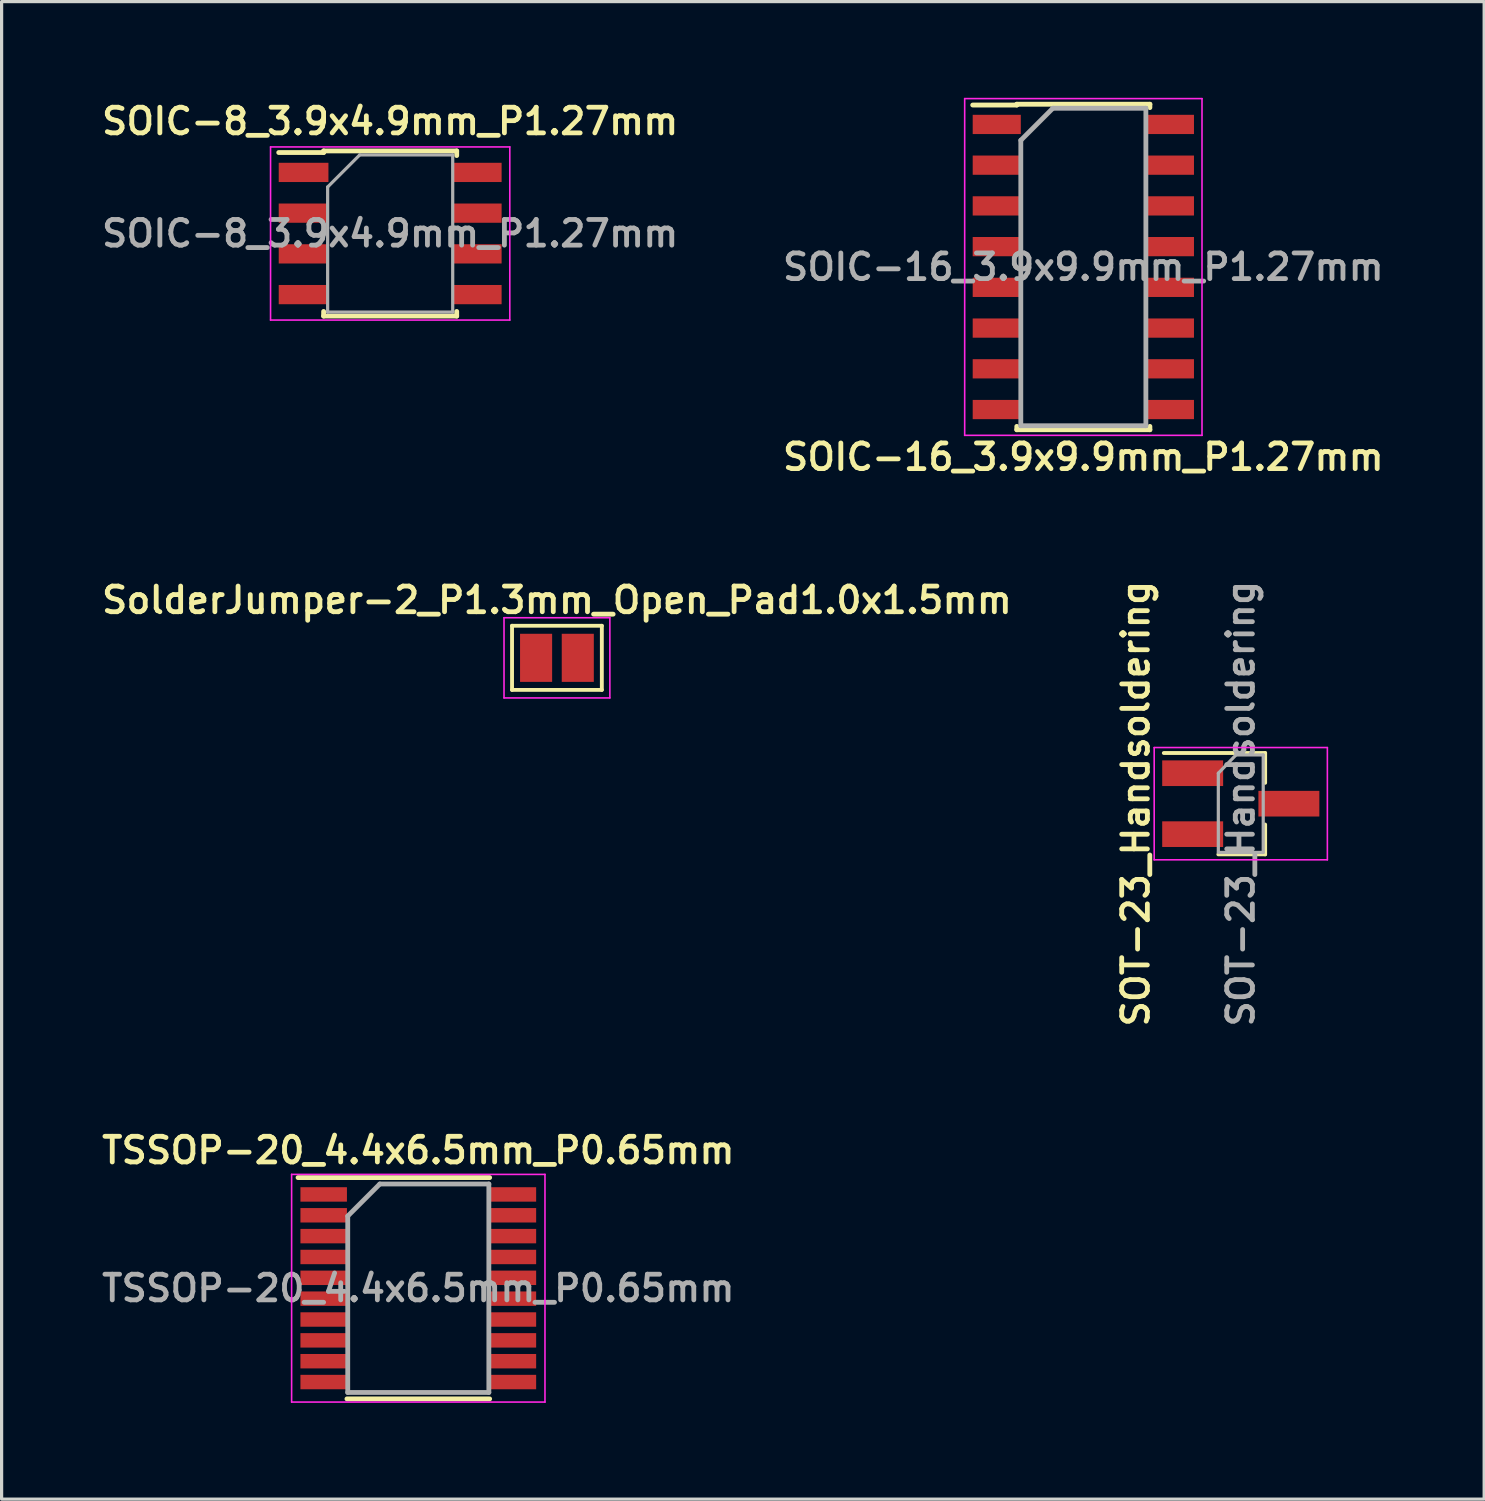
<source format=kicad_pcb>
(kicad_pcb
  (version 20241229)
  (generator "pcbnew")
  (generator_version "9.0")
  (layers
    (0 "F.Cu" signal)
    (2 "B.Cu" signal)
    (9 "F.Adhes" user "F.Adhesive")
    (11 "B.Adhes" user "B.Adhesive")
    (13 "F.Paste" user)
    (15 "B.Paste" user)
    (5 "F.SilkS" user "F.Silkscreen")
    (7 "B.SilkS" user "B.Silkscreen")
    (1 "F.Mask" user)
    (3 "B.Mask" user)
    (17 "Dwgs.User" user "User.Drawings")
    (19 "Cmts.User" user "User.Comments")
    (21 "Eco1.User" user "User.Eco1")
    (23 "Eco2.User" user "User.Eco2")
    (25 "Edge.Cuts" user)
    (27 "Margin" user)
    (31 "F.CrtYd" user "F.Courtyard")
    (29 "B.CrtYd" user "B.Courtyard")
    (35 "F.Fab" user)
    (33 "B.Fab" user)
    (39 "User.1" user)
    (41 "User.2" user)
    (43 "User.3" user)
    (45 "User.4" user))
  (footprint "SOIC-8_3.9x4.9mm_P1.27mm"
    (layer "F.Cu")
    (at 9.116 4.231)
    (property "Reference" "SOIC-8_3.9x4.9mm_P1.27mm" (at 0 -3.5 0) (layer "F.SilkS") (effects (font (size 0.8 0.8) (thickness 0.15))))
    (attr smd)
    (fp_line (start -2.075 -2.575) (end -2.075 -2.525) (stroke (width 0.15) (type solid)) (layer "F.SilkS"))
    (fp_line (start -2.075 -2.575) (end 2.075 -2.575) (stroke (width 0.15) (type solid)) (layer "F.SilkS"))
    (fp_line (start -2.075 -2.525) (end -3.475 -2.525) (stroke (width 0.15) (type solid)) (layer "F.SilkS"))
    (fp_line (start -2.075 2.575) (end -2.075 2.43) (stroke (width 0.15) (type solid)) (layer "F.SilkS"))
    (fp_line (start -2.075 2.575) (end 2.075 2.575) (stroke (width 0.15) (type solid)) (layer "F.SilkS"))
    (fp_line (start 2.075 -2.575) (end 2.075 -2.43) (stroke (width 0.15) (type solid)) (layer "F.SilkS"))
    (fp_line (start 2.075 2.575) (end 2.075 2.43) (stroke (width 0.15) (type solid)) (layer "F.SilkS"))
    (fp_line (start -3.73 -2.7) (end -3.73 2.7) (stroke (width 0.05) (type solid)) (layer "F.CrtYd"))
    (fp_line (start -3.73 -2.7) (end 3.73 -2.7) (stroke (width 0.05) (type solid)) (layer "F.CrtYd"))
    (fp_line (start -3.73 2.7) (end 3.73 2.7) (stroke (width 0.05) (type solid)) (layer "F.CrtYd"))
    (fp_line (start 3.73 -2.7) (end 3.73 2.7) (stroke (width 0.05) (type solid)) (layer "F.CrtYd"))
    (fp_line (start -1.95 -1.45) (end -0.95 -2.45) (stroke (width 0.1) (type solid)) (layer "F.Fab"))
    (fp_line (start -1.95 2.45) (end -1.95 -1.45) (stroke (width 0.1) (type solid)) (layer "F.Fab"))
    (fp_line (start -0.95 -2.45) (end 1.95 -2.45) (stroke (width 0.1) (type solid)) (layer "F.Fab"))
    (fp_line (start 1.95 -2.45) (end 1.95 2.45) (stroke (width 0.1) (type solid)) (layer "F.Fab"))
    (fp_line (start 1.95 2.45) (end -1.95 2.45) (stroke (width 0.1) (type solid)) (layer "F.Fab"))
    (fp_text user "${REFERENCE}" (at 0 0 0) (layer "F.Fab") (effects (font (size 0.8 0.8) (thickness 0.15))))
    (pad "1" smd rect (at -2.7 -1.905) (size 1.55 0.6) (layers "F.Cu" "F.Mask" "F.Paste"))
    (pad "2" smd rect (at -2.7 -0.635) (size 1.55 0.6) (layers "F.Cu" "F.Mask" "F.Paste"))
    (pad "3" smd rect (at -2.7 0.635) (size 1.55 0.6) (layers "F.Cu" "F.Mask" "F.Paste"))
    (pad "4" smd rect (at -2.7 1.905) (size 1.55 0.6) (layers "F.Cu" "F.Mask" "F.Paste"))
    (pad "5" smd rect (at 2.7 1.905) (size 1.55 0.6) (layers "F.Cu" "F.Mask" "F.Paste"))
    (pad "6" smd rect (at 2.7 0.635) (size 1.55 0.6) (layers "F.Cu" "F.Mask" "F.Paste"))
    (pad "7" smd rect (at 2.7 -0.635) (size 1.55 0.6) (layers "F.Cu" "F.Mask" "F.Paste"))
    (pad "8" smd rect (at 2.7 -1.905) (size 1.55 0.6) (layers "F.Cu" "F.Mask" "F.Paste")))
  (footprint "SOT-23_Handsoldering"
    (layer "F.Cu")
    (at 35.639 22.01)
    (property "Reference" "SOT-23_Handsoldering" (at -3.275 0 90) (layer "F.SilkS") (effects (font (size 0.8 0.8) (thickness 0.15))))
    (attr smd)
    (fp_line (start 0.76 -1.58) (end -2.4 -1.58) (stroke (width 0.12) (type solid)) (layer "F.SilkS"))
    (fp_line (start 0.76 -1.58) (end 0.76 -0.65) (stroke (width 0.12) (type solid)) (layer "F.SilkS"))
    (fp_line (start 0.76 1.58) (end -0.7 1.58) (stroke (width 0.12) (type solid)) (layer "F.SilkS"))
    (fp_line (start 0.76 1.58) (end 0.76 0.65) (stroke (width 0.12) (type solid)) (layer "F.SilkS"))
    (fp_line (start -2.7 -1.75) (end 2.7 -1.75) (stroke (width 0.05) (type solid)) (layer "F.CrtYd"))
    (fp_line (start -2.7 1.75) (end -2.7 -1.75) (stroke (width 0.05) (type solid)) (layer "F.CrtYd"))
    (fp_line (start 2.7 -1.75) (end 2.7 1.75) (stroke (width 0.05) (type solid)) (layer "F.CrtYd"))
    (fp_line (start 2.7 1.75) (end -2.7 1.75) (stroke (width 0.05) (type solid)) (layer "F.CrtYd"))
    (fp_line (start -0.7 -0.95) (end -0.7 1.5) (stroke (width 0.1) (type solid)) (layer "F.Fab"))
    (fp_line (start -0.7 -0.95) (end -0.15 -1.52) (stroke (width 0.1) (type solid)) (layer "F.Fab"))
    (fp_line (start -0.7 1.52) (end 0.7 1.52) (stroke (width 0.1) (type solid)) (layer "F.Fab"))
    (fp_line (start -0.15 -1.52) (end 0.7 -1.52) (stroke (width 0.1) (type solid)) (layer "F.Fab"))
    (fp_line (start 0.7 -1.52) (end 0.7 1.52) (stroke (width 0.1) (type solid)) (layer "F.Fab"))
    (fp_text user "${REFERENCE}" (at 0 0 90) (layer "F.Fab") (effects (font (size 0.8 0.8) (thickness 0.15))))
    (pad "1" smd rect (at -1.5 -0.95) (size 1.9 0.8) (layers "F.Cu" "F.Mask" "F.Paste"))
    (pad "2" smd rect (at -1.5 0.95) (size 1.9 0.8) (layers "F.Cu" "F.Mask" "F.Paste"))
    (pad "3" smd rect (at 1.5 0) (size 1.9 0.8) (layers "F.Cu" "F.Mask" "F.Paste")))
  (footprint "SolderJumper-2_P1.3mm_Open_Pad1.0x1.5mm"
    (layer "F.Cu")
    (at 14.316 17.462)
    (property "Reference" "SolderJumper-2_P1.3mm_Open_Pad1.0x1.5mm" (at 0 -1.8 0) (layer "F.SilkS") (effects (font (size 0.8 0.8) (thickness 0.15))))
    (attr exclude_from_pos_files exclude_from_bom)
    (fp_line (start -1.4 -1) (end 1.4 -1) (stroke (width 0.12) (type solid)) (layer "F.SilkS"))
    (fp_line (start -1.4 1) (end -1.4 -1) (stroke (width 0.12) (type solid)) (layer "F.SilkS"))
    (fp_line (start 1.4 -1) (end 1.4 1) (stroke (width 0.12) (type solid)) (layer "F.SilkS"))
    (fp_line (start 1.4 1) (end -1.4 1) (stroke (width 0.12) (type solid)) (layer "F.SilkS"))
    (fp_line (start -1.65 -1.25) (end -1.65 1.25) (stroke (width 0.05) (type solid)) (layer "F.CrtYd"))
    (fp_line (start -1.65 -1.25) (end 1.65 -1.25) (stroke (width 0.05) (type solid)) (layer "F.CrtYd"))
    (fp_line (start 1.65 1.25) (end -1.65 1.25) (stroke (width 0.05) (type solid)) (layer "F.CrtYd"))
    (fp_line (start 1.65 1.25) (end 1.65 -1.25) (stroke (width 0.05) (type solid)) (layer "F.CrtYd"))
    (pad "1" smd rect (at -0.65 0) (size 1 1.5) (layers "F.Cu" "F.Mask"))
    (pad "2" smd rect (at 0.65 0) (size 1 1.5) (layers "F.Cu" "F.Mask")))
  (footprint "SOIC-16_3.9x9.9mm_P1.27mm"
    (layer "F.Cu")
    (at 30.73 5.275)
    (property "Reference" "SOIC-16_3.9x9.9mm_P1.27mm" (at 0 5.925 0) (layer "F.SilkS") (effects (font (size 0.8 0.8) (thickness 0.15))))
    (attr smd)
    (fp_line (start -2.075 -5.075) (end -2.075 -5.05) (stroke (width 0.15) (type solid)) (layer "F.SilkS"))
    (fp_line (start -2.075 -5.075) (end 2.075 -5.075) (stroke (width 0.15) (type solid)) (layer "F.SilkS"))
    (fp_line (start -2.075 -5.05) (end -3.45 -5.05) (stroke (width 0.15) (type solid)) (layer "F.SilkS"))
    (fp_line (start -2.075 5.075) (end -2.075 4.97) (stroke (width 0.15) (type solid)) (layer "F.SilkS"))
    (fp_line (start -2.075 5.075) (end 2.075 5.075) (stroke (width 0.15) (type solid)) (layer "F.SilkS"))
    (fp_line (start 2.075 -5.075) (end 2.075 -4.97) (stroke (width 0.15) (type solid)) (layer "F.SilkS"))
    (fp_line (start 2.075 5.075) (end 2.075 4.97) (stroke (width 0.15) (type solid)) (layer "F.SilkS"))
    (fp_line (start -3.7 -5.25) (end -3.7 5.25) (stroke (width 0.05) (type solid)) (layer "F.CrtYd"))
    (fp_line (start -3.7 -5.25) (end 3.7 -5.25) (stroke (width 0.05) (type solid)) (layer "F.CrtYd"))
    (fp_line (start -3.7 5.25) (end 3.7 5.25) (stroke (width 0.05) (type solid)) (layer "F.CrtYd"))
    (fp_line (start 3.7 -5.25) (end 3.7 5.25) (stroke (width 0.05) (type solid)) (layer "F.CrtYd"))
    (fp_line (start -1.95 -3.95) (end -0.95 -4.95) (stroke (width 0.15) (type solid)) (layer "F.Fab"))
    (fp_line (start -1.95 4.95) (end -1.95 -3.95) (stroke (width 0.15) (type solid)) (layer "F.Fab"))
    (fp_line (start -0.95 -4.95) (end 1.95 -4.95) (stroke (width 0.15) (type solid)) (layer "F.Fab"))
    (fp_line (start 1.95 -4.95) (end 1.95 4.95) (stroke (width 0.15) (type solid)) (layer "F.Fab"))
    (fp_line (start 1.95 4.95) (end -1.95 4.95) (stroke (width 0.15) (type solid)) (layer "F.Fab"))
    (fp_text user "${REFERENCE}" (at 0 0 0) (layer "F.Fab") (effects (font (size 0.8 0.8) (thickness 0.15))))
    (pad "1" smd rect (at -2.7 -4.445) (size 1.5 0.6) (layers "F.Cu" "F.Mask" "F.Paste"))
    (pad "2" smd rect (at -2.7 -3.175) (size 1.5 0.6) (layers "F.Cu" "F.Mask" "F.Paste"))
    (pad "3" smd rect (at -2.7 -1.905) (size 1.5 0.6) (layers "F.Cu" "F.Mask" "F.Paste"))
    (pad "4" smd rect (at -2.7 -0.635) (size 1.5 0.6) (layers "F.Cu" "F.Mask" "F.Paste"))
    (pad "5" smd rect (at -2.7 0.635) (size 1.5 0.6) (layers "F.Cu" "F.Mask" "F.Paste"))
    (pad "6" smd rect (at -2.7 1.905) (size 1.5 0.6) (layers "F.Cu" "F.Mask" "F.Paste"))
    (pad "7" smd rect (at -2.7 3.175) (size 1.5 0.6) (layers "F.Cu" "F.Mask" "F.Paste"))
    (pad "8" smd rect (at -2.7 4.445) (size 1.5 0.6) (layers "F.Cu" "F.Mask" "F.Paste"))
    (pad "9" smd rect (at 2.7 4.445) (size 1.5 0.6) (layers "F.Cu" "F.Mask" "F.Paste"))
    (pad "10" smd rect (at 2.7 3.175) (size 1.5 0.6) (layers "F.Cu" "F.Mask" "F.Paste"))
    (pad "11" smd rect (at 2.7 1.905) (size 1.5 0.6) (layers "F.Cu" "F.Mask" "F.Paste"))
    (pad "12" smd rect (at 2.7 0.635) (size 1.5 0.6) (layers "F.Cu" "F.Mask" "F.Paste"))
    (pad "13" smd rect (at 2.7 -0.635) (size 1.5 0.6) (layers "F.Cu" "F.Mask" "F.Paste"))
    (pad "14" smd rect (at 2.7 -1.905) (size 1.5 0.6) (layers "F.Cu" "F.Mask" "F.Paste"))
    (pad "15" smd rect (at 2.7 -3.175) (size 1.5 0.6) (layers "F.Cu" "F.Mask" "F.Paste"))
    (pad "16" smd rect (at 2.7 -4.445) (size 1.5 0.6) (layers "F.Cu" "F.Mask" "F.Paste")))
  (footprint "TSSOP-20_4.4x6.5mm_P0.65mm"
    (layer "F.Cu")
    (at 9.993 37.119)
    (property "Reference" "TSSOP-20_4.4x6.5mm_P0.65mm" (at 0 -4.3 0) (layer "F.SilkS") (effects (font (size 0.8 0.8) (thickness 0.15))))
    (attr smd)
    (fp_line (start -3.75 -3.45) (end 2.225 -3.45) (stroke (width 0.15) (type solid)) (layer "F.SilkS"))
    (fp_line (start -2.225 3.45) (end 2.225 3.45) (stroke (width 0.15) (type solid)) (layer "F.SilkS"))
    (fp_line (start -3.95 -3.55) (end -3.95 3.55) (stroke (width 0.05) (type solid)) (layer "F.CrtYd"))
    (fp_line (start -3.95 -3.55) (end 3.95 -3.55) (stroke (width 0.05) (type solid)) (layer "F.CrtYd"))
    (fp_line (start -3.95 3.55) (end 3.95 3.55) (stroke (width 0.05) (type solid)) (layer "F.CrtYd"))
    (fp_line (start 3.95 -3.55) (end 3.95 3.55) (stroke (width 0.05) (type solid)) (layer "F.CrtYd"))
    (fp_line (start -2.2 -2.25) (end -1.2 -3.25) (stroke (width 0.15) (type solid)) (layer "F.Fab"))
    (fp_line (start -2.2 3.25) (end -2.2 -2.25) (stroke (width 0.15) (type solid)) (layer "F.Fab"))
    (fp_line (start -1.2 -3.25) (end 2.2 -3.25) (stroke (width 0.15) (type solid)) (layer "F.Fab"))
    (fp_line (start 2.2 -3.25) (end 2.2 3.25) (stroke (width 0.15) (type solid)) (layer "F.Fab"))
    (fp_line (start 2.2 3.25) (end -2.2 3.25) (stroke (width 0.15) (type solid)) (layer "F.Fab"))
    (fp_text user "${REFERENCE}" (at 0 0 0) (layer "F.Fab") (effects (font (size 0.8 0.8) (thickness 0.15))))
    (pad "1" smd rect (at -2.95 -2.925) (size 1.45 0.45) (layers "F.Cu" "F.Mask" "F.Paste"))
    (pad "2" smd rect (at -2.95 -2.275) (size 1.45 0.45) (layers "F.Cu" "F.Mask" "F.Paste"))
    (pad "3" smd rect (at -2.95 -1.625) (size 1.45 0.45) (layers "F.Cu" "F.Mask" "F.Paste"))
    (pad "4" smd rect (at -2.95 -0.975) (size 1.45 0.45) (layers "F.Cu" "F.Mask" "F.Paste"))
    (pad "5" smd rect (at -2.95 -0.325) (size 1.45 0.45) (layers "F.Cu" "F.Mask" "F.Paste"))
    (pad "6" smd rect (at -2.95 0.325) (size 1.45 0.45) (layers "F.Cu" "F.Mask" "F.Paste"))
    (pad "7" smd rect (at -2.95 0.975) (size 1.45 0.45) (layers "F.Cu" "F.Mask" "F.Paste"))
    (pad "8" smd rect (at -2.95 1.625) (size 1.45 0.45) (layers "F.Cu" "F.Mask" "F.Paste"))
    (pad "9" smd rect (at -2.95 2.275) (size 1.45 0.45) (layers "F.Cu" "F.Mask" "F.Paste"))
    (pad "10" smd rect (at -2.95 2.925) (size 1.45 0.45) (layers "F.Cu" "F.Mask" "F.Paste"))
    (pad "11" smd rect (at 2.95 2.925) (size 1.45 0.45) (layers "F.Cu" "F.Mask" "F.Paste"))
    (pad "12" smd rect (at 2.95 2.275) (size 1.45 0.45) (layers "F.Cu" "F.Mask" "F.Paste"))
    (pad "13" smd rect (at 2.95 1.625) (size 1.45 0.45) (layers "F.Cu" "F.Mask" "F.Paste"))
    (pad "14" smd rect (at 2.95 0.975) (size 1.45 0.45) (layers "F.Cu" "F.Mask" "F.Paste"))
    (pad "15" smd rect (at 2.95 0.325) (size 1.45 0.45) (layers "F.Cu" "F.Mask" "F.Paste"))
    (pad "16" smd rect (at 2.95 -0.325) (size 1.45 0.45) (layers "F.Cu" "F.Mask" "F.Paste"))
    (pad "17" smd rect (at 2.95 -0.975) (size 1.45 0.45) (layers "F.Cu" "F.Mask" "F.Paste"))
    (pad "18" smd rect (at 2.95 -1.625) (size 1.45 0.45) (layers "F.Cu" "F.Mask" "F.Paste"))
    (pad "19" smd rect (at 2.95 -2.275) (size 1.45 0.45) (layers "F.Cu" "F.Mask" "F.Paste"))
    (pad "20" smd rect (at 2.95 -2.925) (size 1.45 0.45) (layers "F.Cu" "F.Mask" "F.Paste")))
  (gr_rect
    (start -3 -3)
    (end 43.228 43.694)
    (stroke (width 0.1) (type default))
    (fill no)
    (layer "Edge.Cuts")))
</source>
